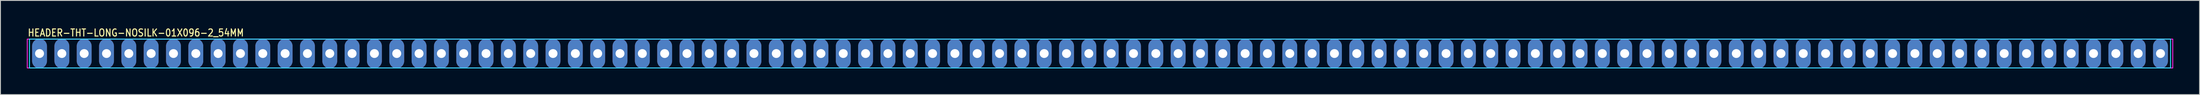
<source format=kicad_pcb>
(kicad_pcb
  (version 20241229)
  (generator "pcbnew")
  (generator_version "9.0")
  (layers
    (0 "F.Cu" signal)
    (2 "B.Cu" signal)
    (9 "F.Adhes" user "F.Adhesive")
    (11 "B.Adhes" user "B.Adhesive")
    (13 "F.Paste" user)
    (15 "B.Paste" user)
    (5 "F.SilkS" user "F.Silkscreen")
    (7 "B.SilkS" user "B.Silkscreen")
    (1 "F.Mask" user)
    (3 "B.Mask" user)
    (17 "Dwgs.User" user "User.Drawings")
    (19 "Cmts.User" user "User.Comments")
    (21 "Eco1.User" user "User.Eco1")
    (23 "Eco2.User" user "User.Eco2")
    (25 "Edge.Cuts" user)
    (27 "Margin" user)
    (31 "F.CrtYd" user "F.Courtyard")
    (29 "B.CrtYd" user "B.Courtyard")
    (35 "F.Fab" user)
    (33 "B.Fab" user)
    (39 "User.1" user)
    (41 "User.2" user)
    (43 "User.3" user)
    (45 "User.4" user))
  (footprint "HEADER-THT-LONG-NOSILK-01X096-2_54MM"
    (layer "F.Cu")
    (at 1.447 3.079)
    (property "Reference" "HEADER-THT-LONG-NOSILK-01X096-2_54MM" (at -1.4 -1.9 0) (unlocked yes) (layer "F.SilkS") (effects (font (size 0.813 0.695) (thickness 0.122)) (justify left bottom)))
    (fp_poly (pts (xy -1.143 -1.651) (xy 242.443 -1.651) (xy 242.443 1.651) (xy -1.143 1.651)) (stroke (width 0.1) (type solid)) (fill no) (layer "B.CrtYd"))
    (fp_poly (pts (xy -1.397 -1.651) (xy 242.697 -1.651) (xy 242.697 1.651) (xy -1.397 1.651)) (stroke (width 0.1) (type solid)) (fill no) (layer "F.CrtYd"))
    (pad "1" thru_hole oval (at 0 0 90) (size 3.387 1.693) (drill 1.016) (layers "*.Cu" "*.Mask"))
    (pad "2" thru_hole oval (at 2.54 0 90) (size 3.387 1.693) (drill 1.016) (layers "*.Cu" "*.Mask"))
    (pad "3" thru_hole oval (at 5.08 0 90) (size 3.387 1.693) (drill 1.016) (layers "*.Cu" "*.Mask"))
    (pad "4" thru_hole oval (at 7.62 0 90) (size 3.387 1.693) (drill 1.016) (layers "*.Cu" "*.Mask"))
    (pad "5" thru_hole oval (at 10.16 0 90) (size 3.387 1.693) (drill 1.016) (layers "*.Cu" "*.Mask"))
    (pad "6" thru_hole oval (at 12.7 0 90) (size 3.387 1.693) (drill 1.016) (layers "*.Cu" "*.Mask"))
    (pad "7" thru_hole oval (at 15.24 0 90) (size 3.387 1.693) (drill 1.016) (layers "*.Cu" "*.Mask"))
    (pad "8" thru_hole oval (at 17.78 0 90) (size 3.387 1.693) (drill 1.016) (layers "*.Cu" "*.Mask"))
    (pad "9" thru_hole oval (at 20.32 0 90) (size 3.387 1.693) (drill 1.016) (layers "*.Cu" "*.Mask"))
    (pad "10" thru_hole oval (at 22.86 0 90) (size 3.387 1.693) (drill 1.016) (layers "*.Cu" "*.Mask"))
    (pad "11" thru_hole oval (at 25.4 0 90) (size 3.387 1.693) (drill 1.016) (layers "*.Cu" "*.Mask"))
    (pad "12" thru_hole oval (at 27.94 0 90) (size 3.387 1.693) (drill 1.016) (layers "*.Cu" "*.Mask"))
    (pad "13" thru_hole oval (at 30.48 0 90) (size 3.387 1.693) (drill 1.016) (layers "*.Cu" "*.Mask"))
    (pad "14" thru_hole oval (at 33.02 0 90) (size 3.387 1.693) (drill 1.016) (layers "*.Cu" "*.Mask"))
    (pad "15" thru_hole oval (at 35.56 0 90) (size 3.387 1.693) (drill 1.016) (layers "*.Cu" "*.Mask"))
    (pad "16" thru_hole oval (at 38.1 0 90) (size 3.387 1.693) (drill 1.016) (layers "*.Cu" "*.Mask"))
    (pad "17" thru_hole oval (at 40.64 0 90) (size 3.387 1.693) (drill 1.016) (layers "*.Cu" "*.Mask"))
    (pad "18" thru_hole oval (at 43.18 0 90) (size 3.387 1.693) (drill 1.016) (layers "*.Cu" "*.Mask"))
    (pad "19" thru_hole oval (at 45.72 0 90) (size 3.387 1.693) (drill 1.016) (layers "*.Cu" "*.Mask"))
    (pad "20" thru_hole oval (at 48.26 0 90) (size 3.387 1.693) (drill 1.016) (layers "*.Cu" "*.Mask"))
    (pad "21" thru_hole oval (at 50.8 0 90) (size 3.387 1.693) (drill 1.016) (layers "*.Cu" "*.Mask"))
    (pad "22" thru_hole oval (at 53.34 0 90) (size 3.387 1.693) (drill 1.016) (layers "*.Cu" "*.Mask"))
    (pad "23" thru_hole oval (at 55.88 0 90) (size 3.387 1.693) (drill 1.016) (layers "*.Cu" "*.Mask"))
    (pad "24" thru_hole oval (at 58.42 0 90) (size 3.387 1.693) (drill 1.016) (layers "*.Cu" "*.Mask"))
    (pad "25" thru_hole oval (at 60.96 0 90) (size 3.387 1.693) (drill 1.016) (layers "*.Cu" "*.Mask"))
    (pad "26" thru_hole oval (at 63.5 0 90) (size 3.387 1.693) (drill 1.016) (layers "*.Cu" "*.Mask"))
    (pad "27" thru_hole oval (at 66.04 0 90) (size 3.387 1.693) (drill 1.016) (layers "*.Cu" "*.Mask"))
    (pad "28" thru_hole oval (at 68.58 0 90) (size 3.387 1.693) (drill 1.016) (layers "*.Cu" "*.Mask"))
    (pad "29" thru_hole oval (at 71.12 0 90) (size 3.387 1.693) (drill 1.016) (layers "*.Cu" "*.Mask"))
    (pad "30" thru_hole oval (at 73.66 0 90) (size 3.387 1.693) (drill 1.016) (layers "*.Cu" "*.Mask"))
    (pad "31" thru_hole oval (at 76.2 0 90) (size 3.387 1.693) (drill 1.016) (layers "*.Cu" "*.Mask"))
    (pad "32" thru_hole oval (at 78.74 0 90) (size 3.387 1.693) (drill 1.016) (layers "*.Cu" "*.Mask"))
    (pad "33" thru_hole oval (at 81.28 0 90) (size 3.387 1.693) (drill 1.016) (layers "*.Cu" "*.Mask"))
    (pad "34" thru_hole oval (at 83.82 0 90) (size 3.387 1.693) (drill 1.016) (layers "*.Cu" "*.Mask"))
    (pad "35" thru_hole oval (at 86.36 0 90) (size 3.387 1.693) (drill 1.016) (layers "*.Cu" "*.Mask"))
    (pad "36" thru_hole oval (at 88.9 0 90) (size 3.387 1.693) (drill 1.016) (layers "*.Cu" "*.Mask"))
    (pad "37" thru_hole oval (at 91.44 0 90) (size 3.387 1.693) (drill 1.016) (layers "*.Cu" "*.Mask"))
    (pad "38" thru_hole oval (at 93.98 0 90) (size 3.387 1.693) (drill 1.016) (layers "*.Cu" "*.Mask"))
    (pad "39" thru_hole oval (at 96.52 0 90) (size 3.387 1.693) (drill 1.016) (layers "*.Cu" "*.Mask"))
    (pad "40" thru_hole oval (at 99.06 0 90) (size 3.387 1.693) (drill 1.016) (layers "*.Cu" "*.Mask"))
    (pad "41" thru_hole oval (at 101.6 0 90) (size 3.387 1.693) (drill 1.016) (layers "*.Cu" "*.Mask"))
    (pad "42" thru_hole oval (at 104.14 0 90) (size 3.387 1.693) (drill 1.016) (layers "*.Cu" "*.Mask"))
    (pad "43" thru_hole oval (at 106.68 0 90) (size 3.387 1.693) (drill 1.016) (layers "*.Cu" "*.Mask"))
    (pad "44" thru_hole oval (at 109.22 0 90) (size 3.387 1.693) (drill 1.016) (layers "*.Cu" "*.Mask"))
    (pad "45" thru_hole oval (at 111.76 0 90) (size 3.387 1.693) (drill 1.016) (layers "*.Cu" "*.Mask"))
    (pad "46" thru_hole oval (at 114.3 0 90) (size 3.387 1.693) (drill 1.016) (layers "*.Cu" "*.Mask"))
    (pad "47" thru_hole oval (at 116.84 0 90) (size 3.387 1.693) (drill 1.016) (layers "*.Cu" "*.Mask"))
    (pad "48" thru_hole oval (at 119.38 0 90) (size 3.387 1.693) (drill 1.016) (layers "*.Cu" "*.Mask"))
    (pad "49" thru_hole oval (at 121.92 0 90) (size 3.387 1.693) (drill 1.016) (layers "*.Cu" "*.Mask"))
    (pad "50" thru_hole oval (at 124.46 0 90) (size 3.387 1.693) (drill 1.016) (layers "*.Cu" "*.Mask"))
    (pad "51" thru_hole oval (at 127 0 90) (size 3.387 1.693) (drill 1.016) (layers "*.Cu" "*.Mask"))
    (pad "52" thru_hole oval (at 129.54 0 90) (size 3.387 1.693) (drill 1.016) (layers "*.Cu" "*.Mask"))
    (pad "53" thru_hole oval (at 132.08 0 90) (size 3.387 1.693) (drill 1.016) (layers "*.Cu" "*.Mask"))
    (pad "54" thru_hole oval (at 134.62 0 90) (size 3.387 1.693) (drill 1.016) (layers "*.Cu" "*.Mask"))
    (pad "55" thru_hole oval (at 137.16 0 90) (size 3.387 1.693) (drill 1.016) (layers "*.Cu" "*.Mask"))
    (pad "56" thru_hole oval (at 139.7 0 90) (size 3.387 1.693) (drill 1.016) (layers "*.Cu" "*.Mask"))
    (pad "57" thru_hole oval (at 142.24 0 90) (size 3.387 1.693) (drill 1.016) (layers "*.Cu" "*.Mask"))
    (pad "58" thru_hole oval (at 144.78 0 90) (size 3.387 1.693) (drill 1.016) (layers "*.Cu" "*.Mask"))
    (pad "59" thru_hole oval (at 147.32 0 90) (size 3.387 1.693) (drill 1.016) (layers "*.Cu" "*.Mask"))
    (pad "60" thru_hole oval (at 149.86 0 90) (size 3.387 1.693) (drill 1.016) (layers "*.Cu" "*.Mask"))
    (pad "61" thru_hole oval (at 152.4 0 90) (size 3.387 1.693) (drill 1.016) (layers "*.Cu" "*.Mask"))
    (pad "62" thru_hole oval (at 154.94 0 90) (size 3.387 1.693) (drill 1.016) (layers "*.Cu" "*.Mask"))
    (pad "63" thru_hole oval (at 157.48 0 90) (size 3.387 1.693) (drill 1.016) (layers "*.Cu" "*.Mask"))
    (pad "64" thru_hole oval (at 160.02 0 90) (size 3.387 1.693) (drill 1.016) (layers "*.Cu" "*.Mask"))
    (pad "65" thru_hole oval (at 162.56 0 90) (size 3.387 1.693) (drill 1.016) (layers "*.Cu" "*.Mask"))
    (pad "66" thru_hole oval (at 165.1 0 90) (size 3.387 1.693) (drill 1.016) (layers "*.Cu" "*.Mask"))
    (pad "67" thru_hole oval (at 167.64 0 90) (size 3.387 1.693) (drill 1.016) (layers "*.Cu" "*.Mask"))
    (pad "68" thru_hole oval (at 170.18 0 90) (size 3.387 1.693) (drill 1.016) (layers "*.Cu" "*.Mask"))
    (pad "69" thru_hole oval (at 172.72 0 90) (size 3.387 1.693) (drill 1.016) (layers "*.Cu" "*.Mask"))
    (pad "70" thru_hole oval (at 175.26 0 90) (size 3.387 1.693) (drill 1.016) (layers "*.Cu" "*.Mask"))
    (pad "71" thru_hole oval (at 177.8 0 90) (size 3.387 1.693) (drill 1.016) (layers "*.Cu" "*.Mask"))
    (pad "72" thru_hole oval (at 180.34 0 90) (size 3.387 1.693) (drill 1.016) (layers "*.Cu" "*.Mask"))
    (pad "73" thru_hole oval (at 182.88 0 90) (size 3.387 1.693) (drill 1.016) (layers "*.Cu" "*.Mask"))
    (pad "74" thru_hole oval (at 185.42 0 90) (size 3.387 1.693) (drill 1.016) (layers "*.Cu" "*.Mask"))
    (pad "75" thru_hole oval (at 187.96 0 90) (size 3.387 1.693) (drill 1.016) (layers "*.Cu" "*.Mask"))
    (pad "76" thru_hole oval (at 190.5 0 90) (size 3.387 1.693) (drill 1.016) (layers "*.Cu" "*.Mask"))
    (pad "77" thru_hole oval (at 193.04 0 90) (size 3.387 1.693) (drill 1.016) (layers "*.Cu" "*.Mask"))
    (pad "78" thru_hole oval (at 195.58 0 90) (size 3.387 1.693) (drill 1.016) (layers "*.Cu" "*.Mask"))
    (pad "79" thru_hole oval (at 198.12 0 90) (size 3.387 1.693) (drill 1.016) (layers "*.Cu" "*.Mask"))
    (pad "80" thru_hole oval (at 200.66 0 90) (size 3.387 1.693) (drill 1.016) (layers "*.Cu" "*.Mask"))
    (pad "81" thru_hole oval (at 203.2 0 90) (size 3.387 1.693) (drill 1.016) (layers "*.Cu" "*.Mask"))
    (pad "82" thru_hole oval (at 205.74 0 90) (size 3.387 1.693) (drill 1.016) (layers "*.Cu" "*.Mask"))
    (pad "83" thru_hole oval (at 208.28 0 90) (size 3.387 1.693) (drill 1.016) (layers "*.Cu" "*.Mask"))
    (pad "84" thru_hole oval (at 210.82 0 90) (size 3.387 1.693) (drill 1.016) (layers "*.Cu" "*.Mask"))
    (pad "85" thru_hole oval (at 213.36 0 90) (size 3.387 1.693) (drill 1.016) (layers "*.Cu" "*.Mask"))
    (pad "86" thru_hole oval (at 215.9 0 90) (size 3.387 1.693) (drill 1.016) (layers "*.Cu" "*.Mask"))
    (pad "87" thru_hole oval (at 218.44 0 90) (size 3.387 1.693) (drill 1.016) (layers "*.Cu" "*.Mask"))
    (pad "88" thru_hole oval (at 220.98 0 90) (size 3.387 1.693) (drill 1.016) (layers "*.Cu" "*.Mask"))
    (pad "89" thru_hole oval (at 223.52 0 90) (size 3.387 1.693) (drill 1.016) (layers "*.Cu" "*.Mask"))
    (pad "90" thru_hole oval (at 226.06 0 90) (size 3.387 1.693) (drill 1.016) (layers "*.Cu" "*.Mask"))
    (pad "91" thru_hole oval (at 228.6 0 90) (size 3.387 1.693) (drill 1.016) (layers "*.Cu" "*.Mask"))
    (pad "92" thru_hole oval (at 231.14 0 90) (size 3.387 1.693) (drill 1.016) (layers "*.Cu" "*.Mask"))
    (pad "93" thru_hole oval (at 233.68 0 90) (size 3.387 1.693) (drill 1.016) (layers "*.Cu" "*.Mask"))
    (pad "94" thru_hole oval (at 236.22 0 90) (size 3.387 1.693) (drill 1.016) (layers "*.Cu" "*.Mask"))
    (pad "95" thru_hole oval (at 238.76 0 90) (size 3.387 1.693) (drill 1.016) (layers "*.Cu" "*.Mask"))
    (pad "96" thru_hole oval (at 241.3 0 90) (size 3.387 1.693) (drill 1.016) (layers "*.Cu" "*.Mask")))
  (gr_rect
    (start -3 -3)
    (end 247.194 7.78)
    (stroke (width 0.1) (type default))
    (fill no)
    (layer "Edge.Cuts")))
</source>
